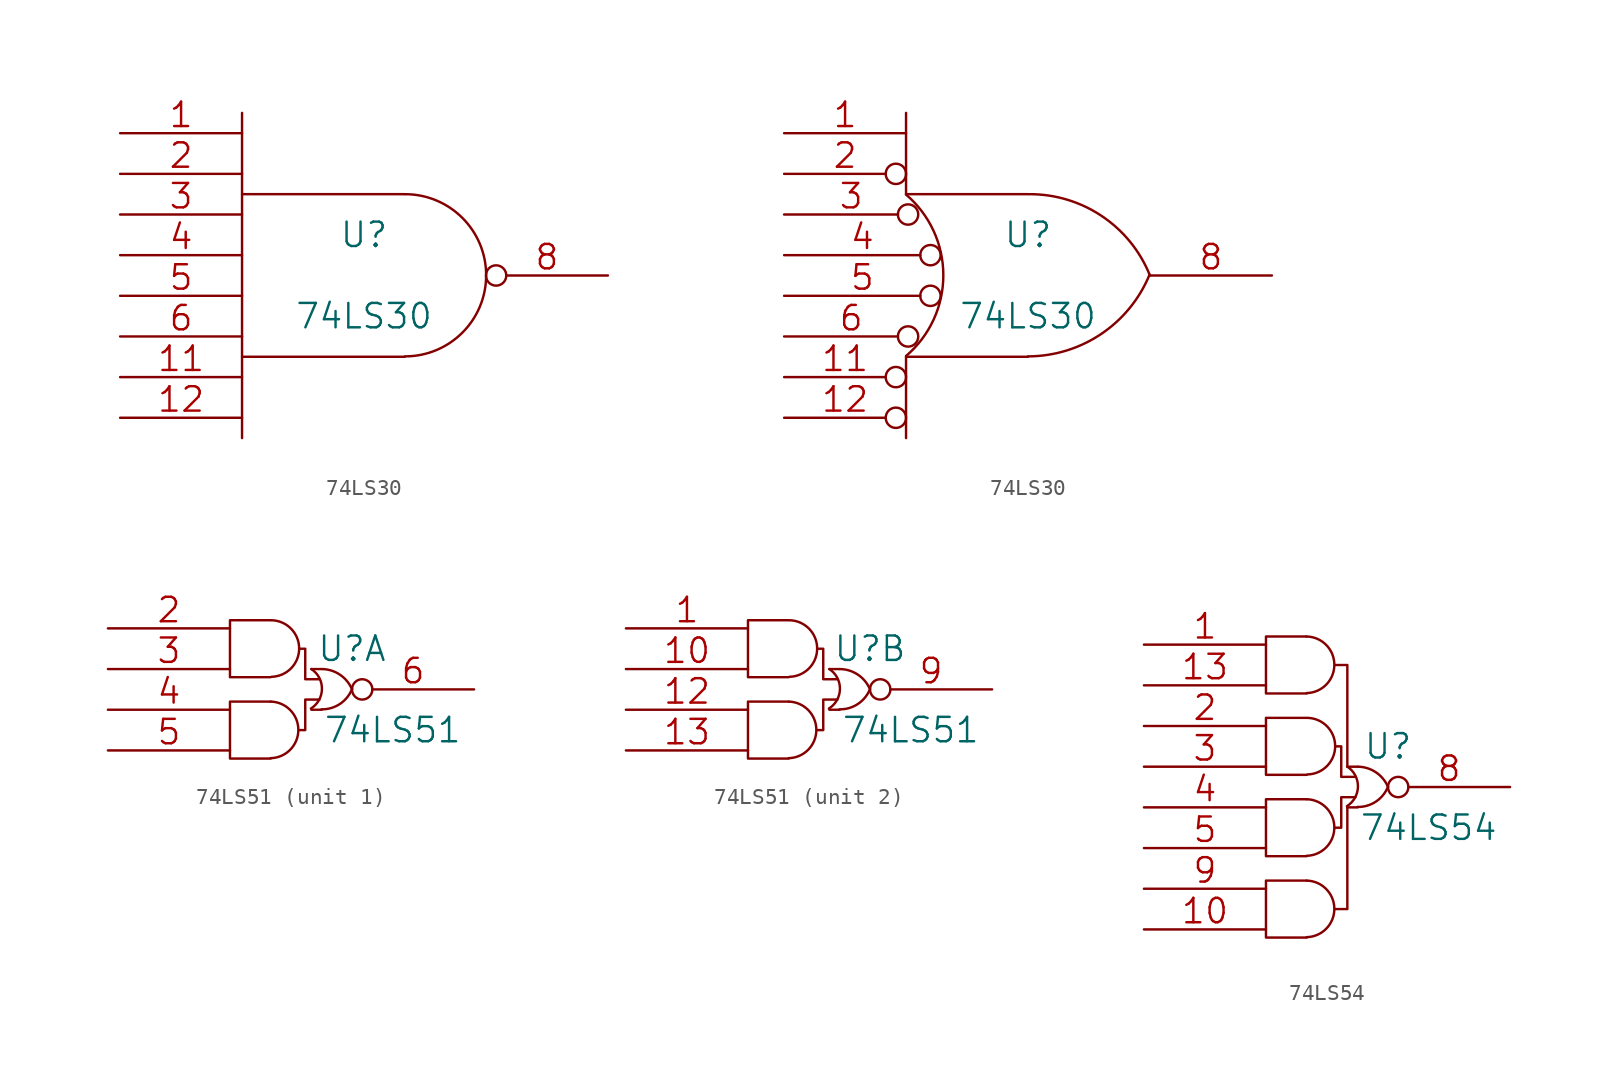
<source format=kicad_sym>
(kicad_symbol_lib
  (version 20241209)
  (generator "kicad_symbol_editor")
  (generator_version "9.0")
  (symbol "74LS30"
    (pin_names
      (offset 0.762))
    (property "Reference" "U"
      (at 0 2.54 0)
      (effects (font (size 1.524 1.524))))
    (property "Value" "74LS30"
      (at 0 -2.54 0)
      (effects (font (size 1.524 1.524))))
    (property "Footprint" ""
      (at 0 0 0)
      (effects (font (size 1.524 1.524))))
    (property "Datasheet" ""
      (at 0 0 0)
      (effects (font (size 1.524 1.524))))
    (symbol "74LS30_0_0"
      (pin power_in line (at -5.08 5.08 90) (length 0) (hide yes) (name "VCC" (effects (font (size 1.524 1.524)))) (number "14" (effects (font (size 1.524 1.524)))))
      (pin power_in line (at -5.08 -5.08 90) (length 0) (hide yes) (name "GND" (effects (font (size 1.524 1.524)))) (number "7" (effects (font (size 1.524 1.524))))))
    (symbol "74LS30_0_1"
      (polyline (pts (xy -7.62 5.08) (xy -7.62 10.16)) (stroke (width 0) (type solid)) (fill (type none)))
      (polyline (pts (xy -7.62 -5.08) (xy -7.62 -10.16)) (stroke (width 0) (type solid)) (fill (type none)))
      (polyline (pts (xy 2.54 5.08) (xy -7.62 5.08) (xy -7.62 -5.08) (xy 2.54 -5.08)) (stroke (width 0) (type solid)) (fill (type none)))
      (arc (start 2.5654 5.08) (mid 7.6201 0.0001) (end 2.5654 -5.0546) (stroke (width 0) (type solid)) (fill (type none))))
    (symbol "74LS30_0_2"
      (arc (start -7.62 5.0546) (mid -5.2901 0.0083) (end -7.62 -5.0292) (stroke (width 0) (type solid)) (fill (type none)))
      (polyline (pts (xy -7.62 5.08) (xy -7.62 10.16)) (stroke (width 0) (type solid)) (fill (type none)))
      (polyline (pts (xy -7.62 5.08) (xy 0 5.08)) (stroke (width 0) (type solid)) (fill (type none)))
      (polyline (pts (xy -7.62 -5.08) (xy -7.62 -10.16)) (stroke (width 0) (type solid)) (fill (type none)))
      (polyline (pts (xy -7.62 -5.08) (xy 0 -5.08)) (stroke (width 0) (type solid)) (fill (type none)))
      (arc (start 7.5946 0.0508) (mid 4.5708 -3.6562) (end 0 -5.0546) (stroke (width 0) (type solid)) (fill (type none)))
      (arc (start 0.0508 5.08) (mid 4.6217 3.7074) (end 7.62 0) (stroke (width 0) (type solid)) (fill (type none))))
    (symbol "74LS30_1_1"
      (pin input line (at -15.24 8.89 0) (length 7.62) (name "~" (effects (font (size 1.524 1.524)))) (number "1" (effects (font (size 1.524 1.524)))))
      (pin input line (at -15.24 6.35 0) (length 7.62) (name "~" (effects (font (size 1.524 1.524)))) (number "2" (effects (font (size 1.524 1.524)))))
      (pin input line (at -15.24 3.81 0) (length 7.62) (name "~" (effects (font (size 1.524 1.524)))) (number "3" (effects (font (size 1.524 1.524)))))
      (pin input line (at -15.24 1.27 0) (length 7.62) (name "~" (effects (font (size 1.524 1.524)))) (number "4" (effects (font (size 1.524 1.524)))))
      (pin input line (at -15.24 -1.27 0) (length 7.62) (name "~" (effects (font (size 1.524 1.524)))) (number "5" (effects (font (size 1.524 1.524)))))
      (pin input line (at -15.24 -3.81 0) (length 7.62) (name "~" (effects (font (size 1.524 1.524)))) (number "6" (effects (font (size 1.524 1.524)))))
      (pin input line (at -15.24 -6.35 0) (length 7.62) (name "~" (effects (font (size 1.524 1.524)))) (number "11" (effects (font (size 1.524 1.524)))))
      (pin input line (at -15.24 -8.89 0) (length 7.62) (name "~" (effects (font (size 1.524 1.524)))) (number "12" (effects (font (size 1.524 1.524)))))
      (pin input inverted (at 15.24 0 180) (length 7.62) (name "~" (effects (font (size 1.524 1.524)))) (number "8" (effects (font (size 1.524 1.524))))))
    (symbol "74LS30_1_2"
      (pin input line (at -15.24 8.89 0) (length 7.62) (name "~" (effects (font (size 1.524 1.524)))) (number "1" (effects (font (size 1.524 1.524)))))
      (pin input inverted (at -15.24 6.35 0) (length 7.62) (name "~" (effects (font (size 1.524 1.524)))) (number "2" (effects (font (size 1.524 1.524)))))
      (pin input inverted (at -15.24 3.81 0) (length 8.382) (name "~" (effects (font (size 1.524 1.524)))) (number "3" (effects (font (size 1.524 1.524)))))
      (pin input inverted (at -15.24 1.27 0) (length 9.779) (name "~" (effects (font (size 1.524 1.524)))) (number "4" (effects (font (size 1.524 1.524)))))
      (pin input inverted (at -15.24 -1.27 0) (length 9.779) (name "~" (effects (font (size 1.524 1.524)))) (number "5" (effects (font (size 1.524 1.524)))))
      (pin input inverted (at -15.24 -3.81 0) (length 8.382) (name "~" (effects (font (size 1.524 1.524)))) (number "6" (effects (font (size 1.524 1.524)))))
      (pin input inverted (at -15.24 -6.35 0) (length 7.62) (name "~" (effects (font (size 1.524 1.524)))) (number "11" (effects (font (size 1.524 1.524)))))
      (pin input inverted (at -15.24 -8.89 0) (length 7.62) (name "~" (effects (font (size 1.524 1.524)))) (number "12" (effects (font (size 1.524 1.524)))))
      (pin output line (at 15.24 0 180) (length 7.62) (name "~" (effects (font (size 1.524 1.524)))) (number "8" (effects (font (size 1.524 1.524)))))))
  (symbol "74LS51"
    (pin_names
      (offset 0.254))
    (property "Reference" "U"
      (at 3.81 2.54 0)
      (effects (font (size 1.524 1.524))))
    (property "Value" "74LS51"
      (at 6.35 -2.54 0)
      (effects (font (size 1.524 1.524))))
    (property "Footprint" ""
      (at 0 0 0)
      (effects (font (size 1.524 1.524))))
    (property "Datasheet" ""
      (at 0 0 0)
      (effects (font (size 1.524 1.524))))
    (symbol "74LS51_0_0"
      (pin power_in line (at -2.54 4.318 0) (length 0) (hide yes) (name "VCC" (effects (font (size 1.524 1.524)))) (number "14" (effects (font (size 1.524 1.524)))))
      (pin power_in line (at -2.54 -4.318 0) (length 0) (hide yes) (name "GND" (effects (font (size 1.524 1.524)))) (number "7" (effects (font (size 1.524 1.524))))))
    (symbol "74LS51_0_1"
      (arc (start -1.27 -0.762) (mid 0.4579 -2.5396) (end -1.27 -4.2926) (stroke (width 0) (type solid)) (fill (type none)))
      (polyline (pts (xy -1.27 4.318) (xy -3.81 4.318) (xy -3.81 0.762) (xy -1.27 0.762)) (stroke (width 0) (type solid)) (fill (type none)))
      (arc (start -1.2192 4.318) (mid 0.5087 2.5404) (end -1.2192 0.7874) (stroke (width 0) (type solid)) (fill (type none)))
      (polyline (pts (xy -1.27 -0.762) (xy -3.81 -0.762) (xy -3.81 -4.318) (xy -1.27 -4.318)) (stroke (width 0) (type solid)) (fill (type none)))
      (arc (start 1.27 1.27) (mid 1.9323 0.0219) (end 1.2446 -1.1938) (stroke (width 0) (type solid)) (fill (type none)))
      (polyline (pts (xy 0.508 2.54) (xy 0.889 2.54) (xy 0.889 0.635) (xy 1.778 0.635)) (stroke (width 0) (type solid)) (fill (type none)))
      (polyline (pts (xy 0.508 -2.54) (xy 0.889 -2.54) (xy 0.889 -0.635) (xy 1.778 -0.635)) (stroke (width 0) (type solid)) (fill (type none)))
      (arc (start 3.81 0.0254) (mid 3.0532 -0.9103) (end 1.905 -1.2446) (stroke (width 0) (type solid)) (fill (type none)))
      (polyline (pts (xy 1.905 1.27) (xy 1.27 1.27)) (stroke (width 0) (type solid)) (fill (type none)))
      (arc (start 1.9304 1.27) (mid 3.0593 0.9159) (end 3.81 0) (stroke (width 0) (type solid)) (fill (type none)))
      (polyline (pts (xy 1.905 -1.27) (xy 1.27 -1.27)) (stroke (width 0) (type solid)) (fill (type none))))
    (symbol "74LS51_1_1"
      (pin input line (at -11.43 3.81 0) (length 7.62) (name "~" (effects (font (size 1.524 1.524)))) (number "2" (effects (font (size 1.524 1.524)))))
      (pin input line (at -11.43 1.27 0) (length 7.62) (name "~" (effects (font (size 1.524 1.524)))) (number "3" (effects (font (size 1.524 1.524)))))
      (pin input line (at -11.43 -1.27 0) (length 7.62) (name "~" (effects (font (size 1.524 1.524)))) (number "4" (effects (font (size 1.524 1.524)))))
      (pin input line (at -11.43 -3.81 0) (length 7.62) (name "~" (effects (font (size 1.524 1.524)))) (number "5" (effects (font (size 1.524 1.524)))))
      (pin output inverted (at 11.43 0 180) (length 7.62) (name "~" (effects (font (size 1.524 1.524)))) (number "6" (effects (font (size 1.524 1.524))))))
    (symbol "74LS51_2_1"
      (pin input line (at -11.43 3.81 0) (length 7.62) (name "~" (effects (font (size 1.524 1.524)))) (number "1" (effects (font (size 1.524 1.524)))))
      (pin input line (at -11.43 1.27 0) (length 7.62) (name "~" (effects (font (size 1.524 1.524)))) (number "10" (effects (font (size 1.524 1.524)))))
      (pin input line (at -11.43 -1.27 0) (length 7.62) (name "~" (effects (font (size 1.524 1.524)))) (number "12" (effects (font (size 1.524 1.524)))))
      (pin input line (at -11.43 -3.81 0) (length 7.62) (name "~" (effects (font (size 1.524 1.524)))) (number "13" (effects (font (size 1.524 1.524)))))
      (pin output inverted (at 11.43 0 180) (length 7.62) (name "~" (effects (font (size 1.524 1.524)))) (number "9" (effects (font (size 1.524 1.524)))))))
  (symbol "74LS54"
    (pin_names
      (offset 0.254))
    (property "Reference" "U"
      (at 3.81 2.54 0)
      (effects (font (size 1.524 1.524))))
    (property "Value" "74LS54"
      (at 6.35 -2.54 0)
      (effects (font (size 1.524 1.524))))
    (property "Footprint" ""
      (at 0 0 0)
      (effects (font (size 1.524 1.524))))
    (property "Datasheet" ""
      (at 0 0 0)
      (effects (font (size 1.524 1.524))))
    (symbol "74LS54_0_0"
      (pin power_in line (at -2.54 9.398 0) (length 0) (hide yes) (name "VCC" (effects (font (size 1.524 1.524)))) (number "14" (effects (font (size 1.524 1.524)))))
      (pin power_in line (at -2.54 -9.398 0) (length 0) (hide yes) (name "GND" (effects (font (size 1.524 1.524)))) (number "7" (effects (font (size 1.524 1.524))))))
    (symbol "74LS54_0_1"
      (arc (start -1.27 9.398) (mid 0.4579 7.6204) (end -1.27 5.8674) (stroke (width 0) (type solid)) (fill (type none)))
      (arc (start -1.27 -0.762) (mid 0.4579 -2.5396) (end -1.27 -4.2926) (stroke (width 0) (type solid)) (fill (type none)))
      (arc (start -1.27 -5.842) (mid 0.4579 -7.6196) (end -1.27 -9.3726) (stroke (width 0) (type solid)) (fill (type none)))
      (polyline (pts (xy -1.27 9.398) (xy -3.81 9.398) (xy -3.81 5.842) (xy -1.27 5.842)) (stroke (width 0) (type solid)) (fill (type none)))
      (polyline (pts (xy -1.27 4.318) (xy -3.81 4.318) (xy -3.81 0.762) (xy -1.27 0.762)) (stroke (width 0) (type solid)) (fill (type none)))
      (arc (start -1.2192 4.318) (mid 0.5087 2.5404) (end -1.2192 0.7874) (stroke (width 0) (type solid)) (fill (type none)))
      (polyline (pts (xy -1.27 -0.762) (xy -3.81 -0.762) (xy -3.81 -4.318) (xy -1.27 -4.318)) (stroke (width 0) (type solid)) (fill (type none)))
      (polyline (pts (xy -1.27 -5.842) (xy -3.81 -5.842) (xy -3.81 -9.398) (xy -1.27 -9.398)) (stroke (width 0) (type solid)) (fill (type none)))
      (arc (start 1.27 1.27) (mid 1.9323 0.0219) (end 1.2446 -1.1938) (stroke (width 0) (type solid)) (fill (type none)))
      (polyline (pts (xy 0.508 2.54) (xy 0.889 2.54) (xy 0.889 0.635) (xy 1.778 0.635)) (stroke (width 0) (type solid)) (fill (type none)))
      (polyline (pts (xy 0.508 -2.54) (xy 0.889 -2.54) (xy 0.889 -0.635) (xy 1.778 -0.635)) (stroke (width 0) (type solid)) (fill (type none)))
      (polyline (pts (xy 1.27 1.27) (xy 1.27 7.62) (xy 0.508 7.62)) (stroke (width 0) (type solid)) (fill (type none)))
      (polyline (pts (xy 1.27 -1.27) (xy 1.27 -7.62) (xy 0.508 -7.62)) (stroke (width 0) (type solid)) (fill (type none)))
      (arc (start 3.81 0.0254) (mid 3.0532 -0.9103) (end 1.905 -1.2446) (stroke (width 0) (type solid)) (fill (type none)))
      (polyline (pts (xy 1.905 1.27) (xy 1.27 1.27)) (stroke (width 0) (type solid)) (fill (type none)))
      (arc (start 1.9304 1.27) (mid 3.0593 0.9159) (end 3.81 0) (stroke (width 0) (type solid)) (fill (type none)))
      (polyline (pts (xy 1.905 -1.27) (xy 1.27 -1.27)) (stroke (width 0) (type solid)) (fill (type none))))
    (symbol "74LS54_1_1"
      (pin input line (at -11.43 8.89 0) (length 7.62) (name "~" (effects (font (size 1.524 1.524)))) (number "1" (effects (font (size 1.524 1.524)))))
      (pin input line (at -11.43 6.35 0) (length 7.62) (name "~" (effects (font (size 1.524 1.524)))) (number "13" (effects (font (size 1.524 1.524)))))
      (pin input line (at -11.43 3.81 0) (length 7.62) (name "~" (effects (font (size 1.524 1.524)))) (number "2" (effects (font (size 1.524 1.524)))))
      (pin input line (at -11.43 1.27 0) (length 7.62) (name "~" (effects (font (size 1.524 1.524)))) (number "3" (effects (font (size 1.524 1.524)))))
      (pin input line (at -11.43 -1.27 0) (length 7.62) (name "~" (effects (font (size 1.524 1.524)))) (number "4" (effects (font (size 1.524 1.524)))))
      (pin input line (at -11.43 -3.81 0) (length 7.62) (name "~" (effects (font (size 1.524 1.524)))) (number "5" (effects (font (size 1.524 1.524)))))
      (pin input line (at -11.43 -6.35 0) (length 7.62) (name "~" (effects (font (size 1.524 1.524)))) (number "9" (effects (font (size 1.524 1.524)))))
      (pin input line (at -11.43 -8.89 0) (length 7.62) (name "~" (effects (font (size 1.524 1.524)))) (number "10" (effects (font (size 1.524 1.524)))))
      (pin output inverted (at 11.43 0 180) (length 7.62) (name "~" (effects (font (size 1.524 1.524)))) (number "8" (effects (font (size 1.524 1.524))))))))
</source>
